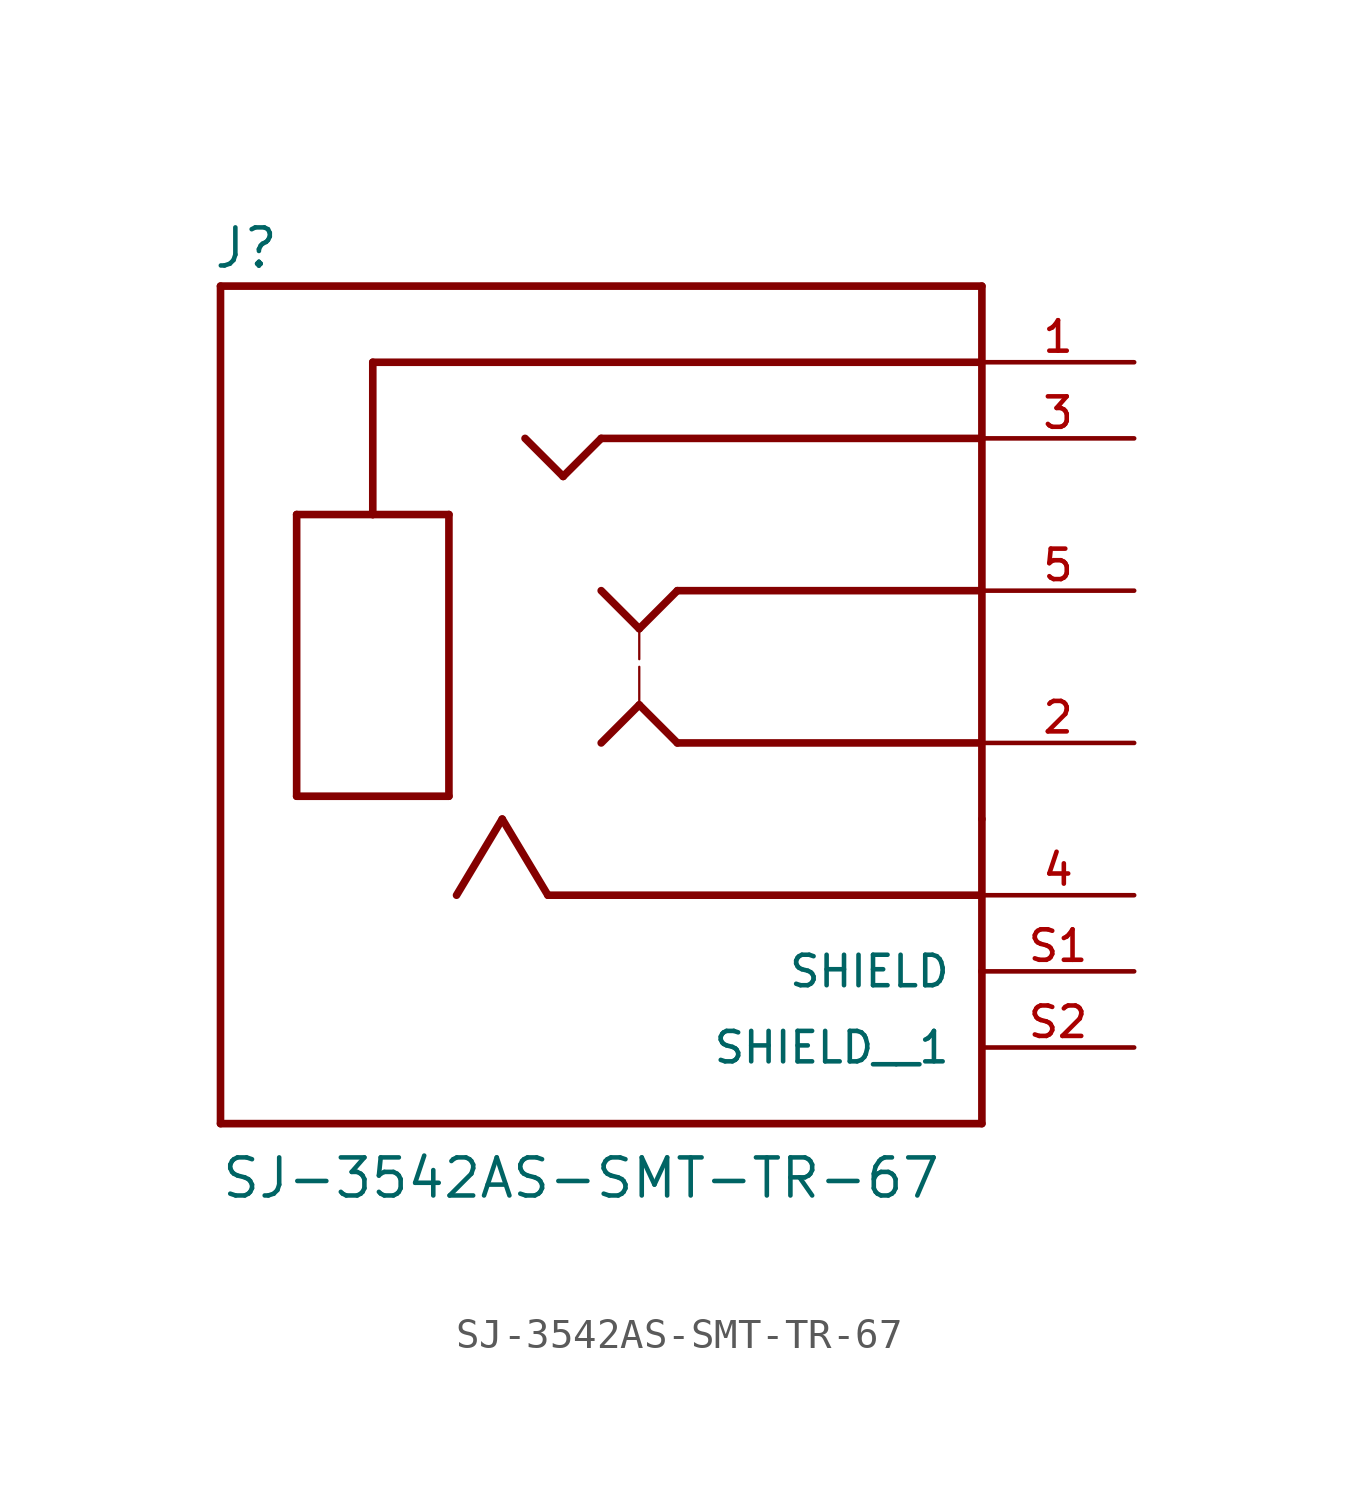
<source format=kicad_sym>
(kicad_symbol_lib
  (version 20220914)
  (generator kicad_symbol_editor)
  (symbol "SJ-3542AS-SMT-TR-67"
    (pin_names
      (offset 1.016))
    (property "Reference" "J"
      (at -12.97 13.225 0)
      (effects (font (size 1.27 1.27)) (justify left bottom)))
    (property "Value" "SJ-3542AS-SMT-TR-67"
      (at -12.717 -17.8 0)
      (effects (font (size 1.27 1.27)) (justify left bottom)))
    (symbol "SJ-3542AS-SMT-TR-67_0_0"
      (polyline (pts (xy -12.7 -15.24) (xy -12.7 12.7)) (stroke (width 0.254) (type default)) (fill (type none)))
      (polyline (pts (xy -12.7 12.7) (xy 12.7 12.7)) (stroke (width 0.254) (type default)) (fill (type none)))
      (polyline (pts (xy -10.16 -4.318) (xy -5.08 -4.318)) (stroke (width 0.254) (type default)) (fill (type none)))
      (polyline (pts (xy -10.16 5.08) (xy -10.16 -4.318)) (stroke (width 0.254) (type default)) (fill (type none)))
      (polyline (pts (xy -7.62 5.08) (xy -10.16 5.08)) (stroke (width 0.254) (type default)) (fill (type none)))
      (polyline (pts (xy -7.62 5.08) (xy -7.62 10.16)) (stroke (width 0.254) (type default)) (fill (type none)))
      (polyline (pts (xy -7.62 10.16) (xy 12.7 10.16)) (stroke (width 0.254) (type default)) (fill (type none)))
      (polyline (pts (xy -5.08 -4.318) (xy -5.08 5.08)) (stroke (width 0.254) (type default)) (fill (type none)))
      (polyline (pts (xy -5.08 5.08) (xy -7.62 5.08)) (stroke (width 0.254) (type default)) (fill (type none)))
      (polyline (pts (xy -4.826 -7.62) (xy -3.302 -5.08)) (stroke (width 0.254) (type default)) (fill (type none)))
      (polyline (pts (xy -3.302 -5.08) (xy -1.778 -7.62)) (stroke (width 0.254) (type default)) (fill (type none)))
      (polyline (pts (xy -2.54 7.62) (xy -1.27 6.35)) (stroke (width 0.254) (type default)) (fill (type none)))
      (polyline (pts (xy -1.778 -7.62) (xy 12.7 -7.62)) (stroke (width 0.254) (type default)) (fill (type none)))
      (polyline (pts (xy -1.27 6.35) (xy 0 7.62)) (stroke (width 0.254) (type default)) (fill (type none)))
      (polyline (pts (xy 0 -2.54) (xy 1.27 -1.27)) (stroke (width 0.254) (type default)) (fill (type none)))
      (polyline (pts (xy 0 2.54) (xy 1.27 1.27)) (stroke (width 0.254) (type default)) (fill (type none)))
      (polyline (pts (xy 0 7.62) (xy 12.7 7.62)) (stroke (width 0.254) (type default)) (fill (type none)))
      (polyline (pts (xy 1.27 -1.27) (xy 2.54 -2.54)) (stroke (width 0.254) (type default)) (fill (type none)))
      (polyline (pts (xy 1.27 0) (xy 1.27 -1.27)) (stroke (width 0.076) (type default)) (fill (type none)))
      (polyline (pts (xy 1.27 1.27) (xy 1.27 0.254)) (stroke (width 0.076) (type default)) (fill (type none)))
      (polyline (pts (xy 1.27 1.27) (xy 2.54 2.54)) (stroke (width 0.254) (type default)) (fill (type none)))
      (polyline (pts (xy 2.54 -2.54) (xy 12.7 -2.54)) (stroke (width 0.254) (type default)) (fill (type none)))
      (polyline (pts (xy 2.54 2.54) (xy 12.7 2.54)) (stroke (width 0.254) (type default)) (fill (type none)))
      (polyline (pts (xy 12.7 -15.24) (xy -12.7 -15.24)) (stroke (width 0.254) (type default)) (fill (type none)))
      (polyline (pts (xy 12.7 -10.16) (xy 12.7 -15.24)) (stroke (width 0.254) (type default)) (fill (type none)))
      (polyline (pts (xy 12.7 -5.08) (xy 12.7 -10.16)) (stroke (width 0.254) (type default)) (fill (type none)))
      (polyline (pts (xy 12.7 2.54) (xy 12.7 -5.08)) (stroke (width 0.254) (type default)) (fill (type none)))
      (polyline (pts (xy 12.7 7.62) (xy 12.7 2.54)) (stroke (width 0.254) (type default)) (fill (type none)))
      (polyline (pts (xy 12.7 12.7) (xy 12.7 7.62)) (stroke (width 0.254) (type default)) (fill (type none)))
      (pin passive line (at 17.78 10.16 180) (length 5.08) (name "~" (effects (font (size 1.016 1.016)))) (number "1" (effects (font (size 1.016 1.016)))))
      (pin passive line (at 17.78 -2.54 180) (length 5.08) (name "~" (effects (font (size 1.016 1.016)))) (number "2" (effects (font (size 1.016 1.016)))))
      (pin passive line (at 17.78 7.62 180) (length 5.08) (name "~" (effects (font (size 1.016 1.016)))) (number "3" (effects (font (size 1.016 1.016)))))
      (pin passive line (at 17.78 -7.62 180) (length 5.08) (name "~" (effects (font (size 1.016 1.016)))) (number "4" (effects (font (size 1.016 1.016)))))
      (pin passive line (at 17.78 2.54 180) (length 5.08) (name "~" (effects (font (size 1.016 1.016)))) (number "5" (effects (font (size 1.016 1.016)))))
      (pin passive line (at 17.78 -10.16 180) (length 5.08) (name "SHIELD" (effects (font (size 1.016 1.016)))) (number "S1" (effects (font (size 1.016 1.016)))))
      (pin passive line (at 17.78 -12.7 180) (length 5.08) (name "SHIELD__1" (effects (font (size 1.016 1.016)))) (number "S2" (effects (font (size 1.016 1.016))))))))
</source>
